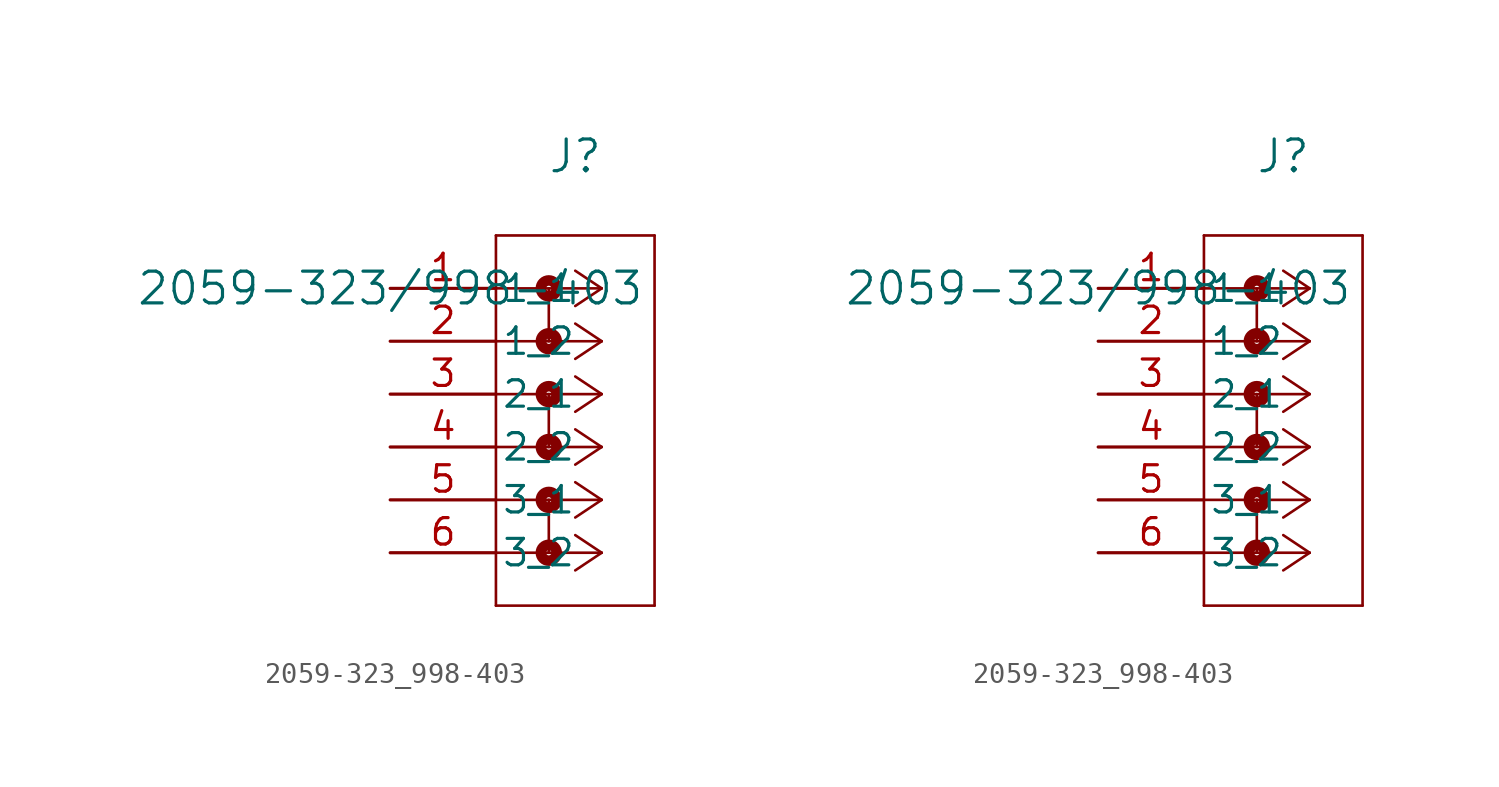
<source format=kicad_sym>
(kicad_symbol_lib
  (version 20211014)
  (generator kicad_symbol_editor)
  (symbol "2059-323_998-403"
    (pin_names
      (offset 0.254))
    (property "Reference" "J"
      (at 8.89 6.35 0)
      (effects (font (size 1.524 1.524))))
    (property "Value" "2059-323/998-403"
      (at 0 0 0)
      (effects (font (size 1.524 1.524))))
    (symbol "2059-323_998-403_1_1"
      (polyline (pts (xy 10.16 0) (xy 5.08 0)) (stroke (width 0.127) (type default) (color 0 0 0 0)) (fill (type none)))
      (polyline (pts (xy 10.16 -2.54) (xy 5.08 -2.54)) (stroke (width 0.127) (type default) (color 0 0 0 0)) (fill (type none)))
      (polyline (pts (xy 10.16 -5.08) (xy 5.08 -5.08)) (stroke (width 0.127) (type default) (color 0 0 0 0)) (fill (type none)))
      (polyline (pts (xy 10.16 -7.62) (xy 5.08 -7.62)) (stroke (width 0.127) (type default) (color 0 0 0 0)) (fill (type none)))
      (polyline (pts (xy 10.16 -10.16) (xy 5.08 -10.16)) (stroke (width 0.127) (type default) (color 0 0 0 0)) (fill (type none)))
      (polyline (pts (xy 10.16 -12.7) (xy 5.08 -12.7)) (stroke (width 0.127) (type default) (color 0 0 0 0)) (fill (type none)))
      (polyline (pts (xy 10.16 0) (xy 8.89 0.847)) (stroke (width 0.127) (type default) (color 0 0 0 0)) (fill (type none)))
      (polyline (pts (xy 10.16 -2.54) (xy 8.89 -1.693)) (stroke (width 0.127) (type default) (color 0 0 0 0)) (fill (type none)))
      (polyline (pts (xy 10.16 -5.08) (xy 8.89 -4.233)) (stroke (width 0.127) (type default) (color 0 0 0 0)) (fill (type none)))
      (polyline (pts (xy 10.16 -7.62) (xy 8.89 -6.773)) (stroke (width 0.127) (type default) (color 0 0 0 0)) (fill (type none)))
      (polyline (pts (xy 10.16 -10.16) (xy 8.89 -9.313)) (stroke (width 0.127) (type default) (color 0 0 0 0)) (fill (type none)))
      (polyline (pts (xy 10.16 -12.7) (xy 8.89 -11.853)) (stroke (width 0.127) (type default) (color 0 0 0 0)) (fill (type none)))
      (polyline (pts (xy 10.16 0) (xy 8.89 -0.847)) (stroke (width 0.127) (type default) (color 0 0 0 0)) (fill (type none)))
      (polyline (pts (xy 10.16 -2.54) (xy 8.89 -3.387)) (stroke (width 0.127) (type default) (color 0 0 0 0)) (fill (type none)))
      (polyline (pts (xy 10.16 -5.08) (xy 8.89 -5.927)) (stroke (width 0.127) (type default) (color 0 0 0 0)) (fill (type none)))
      (polyline (pts (xy 10.16 -7.62) (xy 8.89 -8.467)) (stroke (width 0.127) (type default) (color 0 0 0 0)) (fill (type none)))
      (polyline (pts (xy 10.16 -10.16) (xy 8.89 -11.007)) (stroke (width 0.127) (type default) (color 0 0 0 0)) (fill (type none)))
      (polyline (pts (xy 10.16 -12.7) (xy 8.89 -13.547)) (stroke (width 0.127) (type default) (color 0 0 0 0)) (fill (type none)))
      (polyline (pts (xy 5.08 2.54) (xy 5.08 -15.24)) (stroke (width 0.127) (type default) (color 0 0 0 0)) (fill (type none)))
      (polyline (pts (xy 5.08 -15.24) (xy 12.7 -15.24)) (stroke (width 0.127) (type default) (color 0 0 0 0)) (fill (type none)))
      (polyline (pts (xy 12.7 -15.24) (xy 12.7 2.54)) (stroke (width 0.127) (type default) (color 0 0 0 0)) (fill (type none)))
      (polyline (pts (xy 12.7 2.54) (xy 5.08 2.54)) (stroke (width 0.127) (type default) (color 0 0 0 0)) (fill (type none)))
      (circle (center 7.62 0) (radius 0.127) (stroke (width 0.508) (type default) (color 0 0 0 0)) (fill (type none)))
      (polyline (pts (xy 7.62 0) (xy 7.62 -2.54)) (stroke (width 0.127) (type default) (color 0 0 0 0)) (fill (type none)))
      (circle (center 7.62 -2.54) (radius 0.127) (stroke (width 0.508) (type default) (color 0 0 0 0)) (fill (type none)))
      (circle (center 7.62 -5.08) (radius 0.127) (stroke (width 0.508) (type default) (color 0 0 0 0)) (fill (type none)))
      (polyline (pts (xy 7.62 -5.08) (xy 7.62 -7.62)) (stroke (width 0.127) (type default) (color 0 0 0 0)) (fill (type none)))
      (circle (center 7.62 -7.62) (radius 0.127) (stroke (width 0.508) (type default) (color 0 0 0 0)) (fill (type none)))
      (circle (center 7.62 -10.16) (radius 0.127) (stroke (width 0.508) (type default) (color 0 0 0 0)) (fill (type none)))
      (polyline (pts (xy 7.62 -10.16) (xy 7.62 -12.7)) (stroke (width 0.127) (type default) (color 0 0 0 0)) (fill (type none)))
      (circle (center 7.62 -12.7) (radius 0.127) (stroke (width 0.508) (type default) (color 0 0 0 0)) (fill (type none)))
      (pin unspecified line (at 0 0 0) (length 5.08) (name "1_1" (effects (font (size 1.27 1.27)))) (number "1" (effects (font (size 1.27 1.27)))))
      (pin unspecified line (at 0 -2.54 0) (length 5.08) (name "1_2" (effects (font (size 1.27 1.27)))) (number "2" (effects (font (size 1.27 1.27)))))
      (pin unspecified line (at 0 -5.08 0) (length 5.08) (name "2_1" (effects (font (size 1.27 1.27)))) (number "3" (effects (font (size 1.27 1.27)))))
      (pin unspecified line (at 0 -7.62 0) (length 5.08) (name "2_2" (effects (font (size 1.27 1.27)))) (number "4" (effects (font (size 1.27 1.27)))))
      (pin unspecified line (at 0 -10.16 0) (length 5.08) (name "3_1" (effects (font (size 1.27 1.27)))) (number "5" (effects (font (size 1.27 1.27)))))
      (pin unspecified line (at 0 -12.7 0) (length 5.08) (name "3_2" (effects (font (size 1.27 1.27)))) (number "6" (effects (font (size 1.27 1.27))))))
    (symbol "2059-323_998-403_1_2"
      (polyline (pts (xy 10.16 0) (xy 5.08 0)) (stroke (width 0.127) (type default) (color 0 0 0 0)) (fill (type none)))
      (polyline (pts (xy 10.16 -2.54) (xy 5.08 -2.54)) (stroke (width 0.127) (type default) (color 0 0 0 0)) (fill (type none)))
      (polyline (pts (xy 10.16 -5.08) (xy 5.08 -5.08)) (stroke (width 0.127) (type default) (color 0 0 0 0)) (fill (type none)))
      (polyline (pts (xy 10.16 -7.62) (xy 5.08 -7.62)) (stroke (width 0.127) (type default) (color 0 0 0 0)) (fill (type none)))
      (polyline (pts (xy 10.16 -10.16) (xy 5.08 -10.16)) (stroke (width 0.127) (type default) (color 0 0 0 0)) (fill (type none)))
      (polyline (pts (xy 10.16 -12.7) (xy 5.08 -12.7)) (stroke (width 0.127) (type default) (color 0 0 0 0)) (fill (type none)))
      (polyline (pts (xy 10.16 0) (xy 8.89 0.847)) (stroke (width 0.127) (type default) (color 0 0 0 0)) (fill (type none)))
      (polyline (pts (xy 10.16 -2.54) (xy 8.89 -1.693)) (stroke (width 0.127) (type default) (color 0 0 0 0)) (fill (type none)))
      (polyline (pts (xy 10.16 -5.08) (xy 8.89 -4.233)) (stroke (width 0.127) (type default) (color 0 0 0 0)) (fill (type none)))
      (polyline (pts (xy 10.16 -7.62) (xy 8.89 -6.773)) (stroke (width 0.127) (type default) (color 0 0 0 0)) (fill (type none)))
      (polyline (pts (xy 10.16 -10.16) (xy 8.89 -9.313)) (stroke (width 0.127) (type default) (color 0 0 0 0)) (fill (type none)))
      (polyline (pts (xy 10.16 -12.7) (xy 8.89 -11.853)) (stroke (width 0.127) (type default) (color 0 0 0 0)) (fill (type none)))
      (polyline (pts (xy 10.16 0) (xy 8.89 -0.847)) (stroke (width 0.127) (type default) (color 0 0 0 0)) (fill (type none)))
      (polyline (pts (xy 10.16 -2.54) (xy 8.89 -3.387)) (stroke (width 0.127) (type default) (color 0 0 0 0)) (fill (type none)))
      (polyline (pts (xy 10.16 -5.08) (xy 8.89 -5.927)) (stroke (width 0.127) (type default) (color 0 0 0 0)) (fill (type none)))
      (polyline (pts (xy 10.16 -7.62) (xy 8.89 -8.467)) (stroke (width 0.127) (type default) (color 0 0 0 0)) (fill (type none)))
      (polyline (pts (xy 10.16 -10.16) (xy 8.89 -11.007)) (stroke (width 0.127) (type default) (color 0 0 0 0)) (fill (type none)))
      (polyline (pts (xy 10.16 -12.7) (xy 8.89 -13.547)) (stroke (width 0.127) (type default) (color 0 0 0 0)) (fill (type none)))
      (polyline (pts (xy 5.08 2.54) (xy 5.08 -15.24)) (stroke (width 0.127) (type default) (color 0 0 0 0)) (fill (type none)))
      (polyline (pts (xy 5.08 -15.24) (xy 12.7 -15.24)) (stroke (width 0.127) (type default) (color 0 0 0 0)) (fill (type none)))
      (polyline (pts (xy 12.7 -15.24) (xy 12.7 2.54)) (stroke (width 0.127) (type default) (color 0 0 0 0)) (fill (type none)))
      (polyline (pts (xy 12.7 2.54) (xy 5.08 2.54)) (stroke (width 0.127) (type default) (color 0 0 0 0)) (fill (type none)))
      (circle (center 7.62 0) (radius 0.127) (stroke (width 0.508) (type default) (color 0 0 0 0)) (fill (type none)))
      (polyline (pts (xy 7.62 0) (xy 7.62 -2.54)) (stroke (width 0.127) (type default) (color 0 0 0 0)) (fill (type none)))
      (circle (center 7.62 -2.54) (radius 0.127) (stroke (width 0.508) (type default) (color 0 0 0 0)) (fill (type none)))
      (circle (center 7.62 -5.08) (radius 0.127) (stroke (width 0.508) (type default) (color 0 0 0 0)) (fill (type none)))
      (polyline (pts (xy 7.62 -5.08) (xy 7.62 -7.62)) (stroke (width 0.127) (type default) (color 0 0 0 0)) (fill (type none)))
      (circle (center 7.62 -7.62) (radius 0.127) (stroke (width 0.508) (type default) (color 0 0 0 0)) (fill (type none)))
      (circle (center 7.62 -10.16) (radius 0.127) (stroke (width 0.508) (type default) (color 0 0 0 0)) (fill (type none)))
      (polyline (pts (xy 7.62 -10.16) (xy 7.62 -12.7)) (stroke (width 0.127) (type default) (color 0 0 0 0)) (fill (type none)))
      (circle (center 7.62 -12.7) (radius 0.127) (stroke (width 0.508) (type default) (color 0 0 0 0)) (fill (type none)))
      (pin unspecified line (at 0 0 0) (length 5.08) (name "1_1" (effects (font (size 1.27 1.27)))) (number "1" (effects (font (size 1.27 1.27)))))
      (pin unspecified line (at 0 -2.54 0) (length 5.08) (name "1_2" (effects (font (size 1.27 1.27)))) (number "2" (effects (font (size 1.27 1.27)))))
      (pin unspecified line (at 0 -5.08 0) (length 5.08) (name "2_1" (effects (font (size 1.27 1.27)))) (number "3" (effects (font (size 1.27 1.27)))))
      (pin unspecified line (at 0 -7.62 0) (length 5.08) (name "2_2" (effects (font (size 1.27 1.27)))) (number "4" (effects (font (size 1.27 1.27)))))
      (pin unspecified line (at 0 -10.16 0) (length 5.08) (name "3_1" (effects (font (size 1.27 1.27)))) (number "5" (effects (font (size 1.27 1.27)))))
      (pin unspecified line (at 0 -12.7 0) (length 5.08) (name "3_2" (effects (font (size 1.27 1.27)))) (number "6" (effects (font (size 1.27 1.27))))))))
</source>
